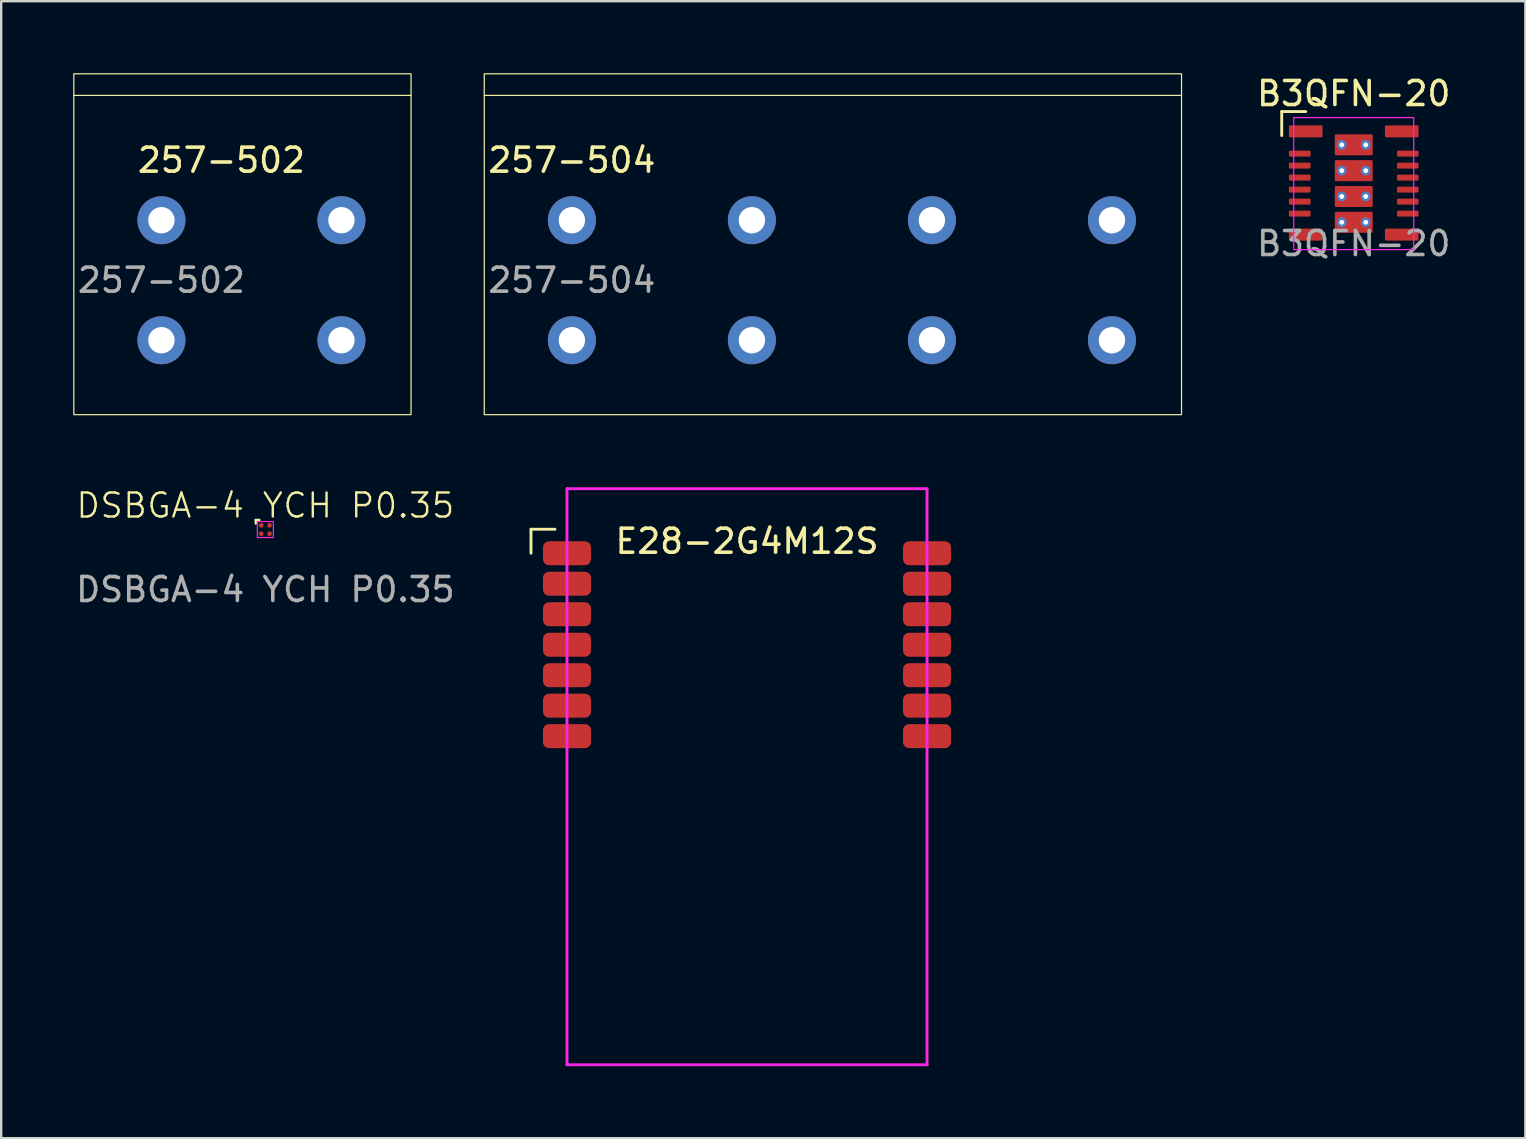
<source format=kicad_pcb>
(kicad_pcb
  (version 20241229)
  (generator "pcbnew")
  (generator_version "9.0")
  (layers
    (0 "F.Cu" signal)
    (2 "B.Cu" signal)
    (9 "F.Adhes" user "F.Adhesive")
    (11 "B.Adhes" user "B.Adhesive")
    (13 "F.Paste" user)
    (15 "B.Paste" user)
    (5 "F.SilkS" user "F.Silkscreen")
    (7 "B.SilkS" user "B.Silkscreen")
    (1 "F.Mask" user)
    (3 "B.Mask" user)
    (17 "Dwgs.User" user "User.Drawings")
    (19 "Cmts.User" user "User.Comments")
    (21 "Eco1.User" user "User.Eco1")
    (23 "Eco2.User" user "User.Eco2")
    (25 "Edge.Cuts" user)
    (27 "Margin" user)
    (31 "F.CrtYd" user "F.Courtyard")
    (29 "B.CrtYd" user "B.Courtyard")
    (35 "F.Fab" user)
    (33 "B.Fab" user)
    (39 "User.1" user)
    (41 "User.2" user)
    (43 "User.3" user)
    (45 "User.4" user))
  (footprint "B3QFN-20"
    (layer "F.Cu")
    (at 53.349 4.598)
    (property "Reference" "B3QFN-20" (at 0 -3.75 0) (unlocked yes) (layer "F.SilkS") (effects (font (size 1 1) (thickness 0.15))))
    (attr smd)
    (fp_line (start -3 -3) (end -3 -2) (stroke (width 0.12) (type default)) (layer "F.SilkS"))
    (fp_line (start -2 -3) (end -3 -3) (stroke (width 0.12) (type default)) (layer "F.SilkS"))
    (fp_rect (start -2.5 -2.75) (end 2.5 2.75) (stroke (width 0.05) (type default)) (fill no) (layer "F.CrtYd"))
    (fp_text user "${REFERENCE}" (at 0 2.5 0) (unlocked yes) (layer "F.Fab") (effects (font (size 1 1) (thickness 0.15))))
    (pad "1" smd roundrect (at -2 -2.175) (size 1.4 0.5) (layers "F.Cu" "F.Mask" "F.Paste") (roundrect_rratio 0.1))
    (pad "2" smd roundrect (at -2.25 -1.25) (size 0.9 0.25) (layers "F.Cu" "F.Mask" "F.Paste") (roundrect_rratio 0.2))
    (pad "3" smd roundrect (at -2.25 -0.75) (size 0.9 0.25) (layers "F.Cu" "F.Mask" "F.Paste") (roundrect_rratio 0.2))
    (pad "4" smd roundrect (at -2.25 -0.25) (size 0.9 0.25) (layers "F.Cu" "F.Mask" "F.Paste") (roundrect_rratio 0.2))
    (pad "5" smd roundrect (at -2.25 0.25) (size 0.9 0.25) (layers "F.Cu" "F.Mask" "F.Paste") (roundrect_rratio 0.2))
    (pad "6" smd roundrect (at -2.25 0.75) (size 0.9 0.25) (layers "F.Cu" "F.Mask" "F.Paste") (roundrect_rratio 0.2))
    (pad "7" smd roundrect (at -2.25 1.25) (size 0.9 0.25) (layers "F.Cu" "F.Mask" "F.Paste") (roundrect_rratio 0.2))
    (pad "8" smd roundrect (at -2 2.125) (size 1.4 0.5) (layers "F.Cu" "F.Mask" "F.Paste") (roundrect_rratio 0.1))
    (pad "9" smd roundrect (at 2 2.125) (size 1.4 0.5) (layers "F.Cu" "F.Mask" "F.Paste") (roundrect_rratio 0.1))
    (pad "10" smd roundrect (at 2.25 1.25) (size 0.9 0.25) (layers "F.Cu" "F.Mask" "F.Paste") (roundrect_rratio 0.2))
    (pad "11" smd roundrect (at 2.25 0.75) (size 0.9 0.25) (layers "F.Cu" "F.Mask" "F.Paste") (roundrect_rratio 0.2))
    (pad "12" smd roundrect (at 2.25 0.25) (size 0.9 0.25) (layers "F.Cu" "F.Mask" "F.Paste") (roundrect_rratio 0.2))
    (pad "13" smd roundrect (at 2.25 -0.25) (size 0.9 0.25) (layers "F.Cu" "F.Mask" "F.Paste") (roundrect_rratio 0.2))
    (pad "14" smd roundrect (at 2.25 -0.75) (size 0.9 0.25) (layers "F.Cu" "F.Mask" "F.Paste") (roundrect_rratio 0.2))
    (pad "15" smd roundrect (at 2.25 -1.25) (size 0.9 0.25) (layers "F.Cu" "F.Mask" "F.Paste") (roundrect_rratio 0.2))
    (pad "16" smd roundrect (at 2 -2.175) (size 1.4 0.5) (layers "F.Cu" "F.Mask" "F.Paste") (roundrect_rratio 0.1))
    (pad "17" thru_hole circle (at -0.5 -1.613) (size 0.406 0.406) (drill 0.203) (layers "*.Cu" "*.Mask"))
    (pad "17" smd roundrect (at 0 -1.613) (size 1.58 0.875) (layers "F.Cu" "F.Mask" "F.Paste") (roundrect_rratio 0.057))
    (pad "17" thru_hole circle (at 0.5 -1.613) (size 0.406 0.406) (drill 0.203) (layers "*.Cu" "*.Mask"))
    (pad "18" thru_hole circle (at -0.5 -0.538) (size 0.406 0.406) (drill 0.203) (layers "*.Cu" "*.Mask"))
    (pad "18" smd roundrect (at 0 -0.538) (size 1.58 0.875) (layers "F.Cu" "F.Mask" "F.Paste") (roundrect_rratio 0.057))
    (pad "18" thru_hole circle (at 0.5 -0.538) (size 0.406 0.406) (drill 0.203) (layers "*.Cu" "*.Mask"))
    (pad "19" thru_hole circle (at -0.5 0.538) (size 0.406 0.406) (drill 0.203) (layers "*.Cu" "*.Mask"))
    (pad "19" smd roundrect (at 0 0.538) (size 1.58 0.875) (layers "F.Cu" "F.Mask" "F.Paste") (roundrect_rratio 0.057))
    (pad "19" thru_hole circle (at 0.5 0.538) (size 0.406 0.406) (drill 0.203) (layers "*.Cu" "*.Mask"))
    (pad "20" thru_hole circle (at -0.5 1.613) (size 0.406 0.406) (drill 0.203) (layers "*.Cu" "*.Mask"))
    (pad "20" smd roundrect (at 0 1.613) (size 1.58 0.875) (layers "F.Cu" "F.Mask" "F.Paste") (roundrect_rratio 0.057))
    (pad "20" thru_hole circle (at 0.5 1.613) (size 0.406 0.406) (drill 0.203) (layers "*.Cu" "*.Mask")))
  (footprint "E28-2G4M12S"
    (layer "F.Cu")
    (at 28.072 20)
    (property "Reference" "E28-2G4M12S" (at 0 -0.5 0) (unlocked yes) (layer "F.SilkS") (effects (font (size 1 1) (thickness 0.15))))
    (attr smd)
    (fp_line (start -9 -1) (end -8 -1) (stroke (width 0.12) (type solid)) (layer "F.SilkS"))
    (fp_line (start -9 0) (end -9 -1) (stroke (width 0.12) (type solid)) (layer "F.SilkS"))
    (fp_line (start -7.5 -2.69) (end -7.5 21.31) (stroke (width 0.12) (type solid)) (layer "F.CrtYd"))
    (fp_line (start -7.5 -2.69) (end 7.5 -2.69) (stroke (width 0.12) (type solid)) (layer "F.CrtYd"))
    (fp_line (start -7.5 21.31) (end 7.5 21.31) (stroke (width 0.12) (type solid)) (layer "F.CrtYd"))
    (fp_line (start 7.5 -2.69) (end 7.5 21.31) (stroke (width 0.12) (type solid)) (layer "F.CrtYd"))
    (pad "1" smd roundrect (at -7.5 0) (size 2 1) (layers "F.Cu" "F.Mask" "F.Paste") (roundrect_rratio 0.25))
    (pad "2" smd roundrect (at -7.5 1.27) (size 2 1) (layers "F.Cu" "F.Mask" "F.Paste") (roundrect_rratio 0.25))
    (pad "3" smd roundrect (at -7.5 2.54) (size 2 1) (layers "F.Cu" "F.Mask" "F.Paste") (roundrect_rratio 0.25))
    (pad "4" smd roundrect (at -7.5 3.81) (size 2 1) (layers "F.Cu" "F.Mask" "F.Paste") (roundrect_rratio 0.25))
    (pad "5" smd roundrect (at -7.5 5.08) (size 2 1) (layers "F.Cu" "F.Mask" "F.Paste") (roundrect_rratio 0.25))
    (pad "6" smd roundrect (at -7.5 6.35) (size 2 1) (layers "F.Cu" "F.Mask" "F.Paste") (roundrect_rratio 0.25))
    (pad "7" smd roundrect (at -7.5 7.62) (size 2 1) (layers "F.Cu" "F.Mask" "F.Paste") (roundrect_rratio 0.25))
    (pad "8" smd roundrect (at 7.5 7.62) (size 2 1) (layers "F.Cu" "F.Mask" "F.Paste") (roundrect_rratio 0.25))
    (pad "9" smd roundrect (at 7.5 6.35) (size 2 1) (layers "F.Cu" "F.Mask" "F.Paste") (roundrect_rratio 0.25))
    (pad "10" smd roundrect (at 7.5 5.08) (size 2 1) (layers "F.Cu" "F.Mask" "F.Paste") (roundrect_rratio 0.25))
    (pad "11" smd roundrect (at 7.5 3.81) (size 2 1) (layers "F.Cu" "F.Mask" "F.Paste") (roundrect_rratio 0.25))
    (pad "12" smd roundrect (at 7.5 2.54) (size 2 1) (layers "F.Cu" "F.Mask" "F.Paste") (roundrect_rratio 0.25))
    (pad "13" smd roundrect (at 7.5 1.27) (size 2 1) (layers "F.Cu" "F.Mask" "F.Paste") (roundrect_rratio 0.25))
    (pad "14" smd roundrect (at 7.5 0) (size 2 1) (layers "F.Cu" "F.Mask" "F.Paste") (roundrect_rratio 0.25)))
  (footprint "257-504"
    (layer "F.Cu")
    (at 20.775 6.125)
    (property "Reference" "257-504" (at 0 -2.5 0) (unlocked yes) (layer "F.SilkS") (effects (font (size 1 1) (thickness 0.15))))
    (attr through_hole)
    (fp_line (start -3.65 -5.2) (end 25.4 -5.2) (stroke (width 0.05) (type solid)) (layer "F.SilkS"))
    (fp_rect (start -3.65 -6.1) (end 25.4 8.1) (stroke (width 0.05) (type solid)) (fill no) (layer "F.SilkS"))
    (fp_text user "${REFERENCE}" (at 0 2.5 0) (unlocked yes) (layer "F.Fab") (effects (font (size 1 1) (thickness 0.15))))
    (pad "1" thru_hole circle (at 0 0) (size 2 2) (drill 1.1) (layers "*.Cu" "*.Mask"))
    (pad "1" thru_hole circle (at 0 5) (size 2 2) (drill 1.1) (layers "*.Cu" "*.Mask"))
    (pad "2" thru_hole circle (at 7.5 0) (size 2 2) (drill 1.1) (layers "*.Cu" "*.Mask"))
    (pad "2" thru_hole circle (at 7.5 5) (size 2 2) (drill 1.1) (layers "*.Cu" "*.Mask"))
    (pad "3" thru_hole circle (at 15 0) (size 2 2) (drill 1.1) (layers "*.Cu" "*.Mask"))
    (pad "3" thru_hole circle (at 15 5) (size 2 2) (drill 1.1) (layers "*.Cu" "*.Mask"))
    (pad "4" thru_hole circle (at 22.5 0) (size 2 2) (drill 1.1) (layers "*.Cu" "*.Mask"))
    (pad "4" thru_hole circle (at 22.5 5) (size 2 2) (drill 1.1) (layers "*.Cu" "*.Mask")))
  (footprint "DSBGA-4 YCH P0.35"
    (layer "F.Cu")
    (at 8.006 19.011)
    (property "Reference" "DSBGA-4 YCH P0.35" (at 0 -1 0) (unlocked yes) (layer "F.SilkS") (effects (font (size 1 1) (thickness 0.1))))
    (attr smd)
    (fp_line (start -0.4 -0.4) (end -0.25 -0.4) (stroke (width 0.1) (type default)) (layer "F.SilkS"))
    (fp_line (start -0.4 -0.25) (end -0.4 -0.4) (stroke (width 0.1) (type default)) (layer "F.SilkS"))
    (fp_rect (start -0.334 -0.334) (end 0.334 0.334) (stroke (width 0.05) (type default)) (fill no) (layer "F.CrtYd"))
    (fp_text user "${REFERENCE}" (at 0 2.5 0) (unlocked yes) (layer "F.Fab") (effects (font (size 1 1) (thickness 0.15))))
    (pad "A1" smd circle (at -0.175 -0.175) (size 0.2 0.2) (layers "F.Cu" "F.Mask" "F.Paste"))
    (pad "A2" smd circle (at 0.175 -0.175) (size 0.2 0.2) (layers "F.Cu" "F.Mask" "F.Paste"))
    (pad "B1" smd circle (at -0.175 0.175) (size 0.2 0.2) (layers "F.Cu" "F.Mask" "F.Paste"))
    (pad "B2" smd circle (at 0.175 0.175) (size 0.2 0.2) (layers "F.Cu" "F.Mask" "F.Paste")))
  (footprint "257-502"
    (layer "F.Cu")
    (at 3.675 6.125)
    (property "Reference" "257-502" (at 2.5 -2.5 0) (unlocked yes) (layer "F.SilkS") (effects (font (size 1 1) (thickness 0.15))))
    (attr through_hole)
    (fp_line (start -3.65 -5.2) (end 10.4 -5.2) (stroke (width 0.05) (type solid)) (layer "F.SilkS"))
    (fp_rect (start -3.65 -6.1) (end 10.4 8.1) (stroke (width 0.05) (type solid)) (fill no) (layer "F.SilkS"))
    (fp_text user "${REFERENCE}" (at 0 2.5 0) (unlocked yes) (layer "F.Fab") (effects (font (size 1 1) (thickness 0.15))))
    (pad "1" thru_hole circle (at 0 0) (size 2 2) (drill 1.1) (layers "*.Cu" "*.Mask"))
    (pad "1" thru_hole circle (at 0 5) (size 2 2) (drill 1.1) (layers "*.Cu" "*.Mask"))
    (pad "2" thru_hole circle (at 7.5 0) (size 2 2) (drill 1.1) (layers "*.Cu" "*.Mask"))
    (pad "2" thru_hole circle (at 7.5 5) (size 2 2) (drill 1.1) (layers "*.Cu" "*.Mask")))
  (gr_rect
    (start -3 -3)
    (end 60.498 44.37)
    (stroke (width 0.1) (type default))
    (fill no)
    (layer "Edge.Cuts")))
</source>
